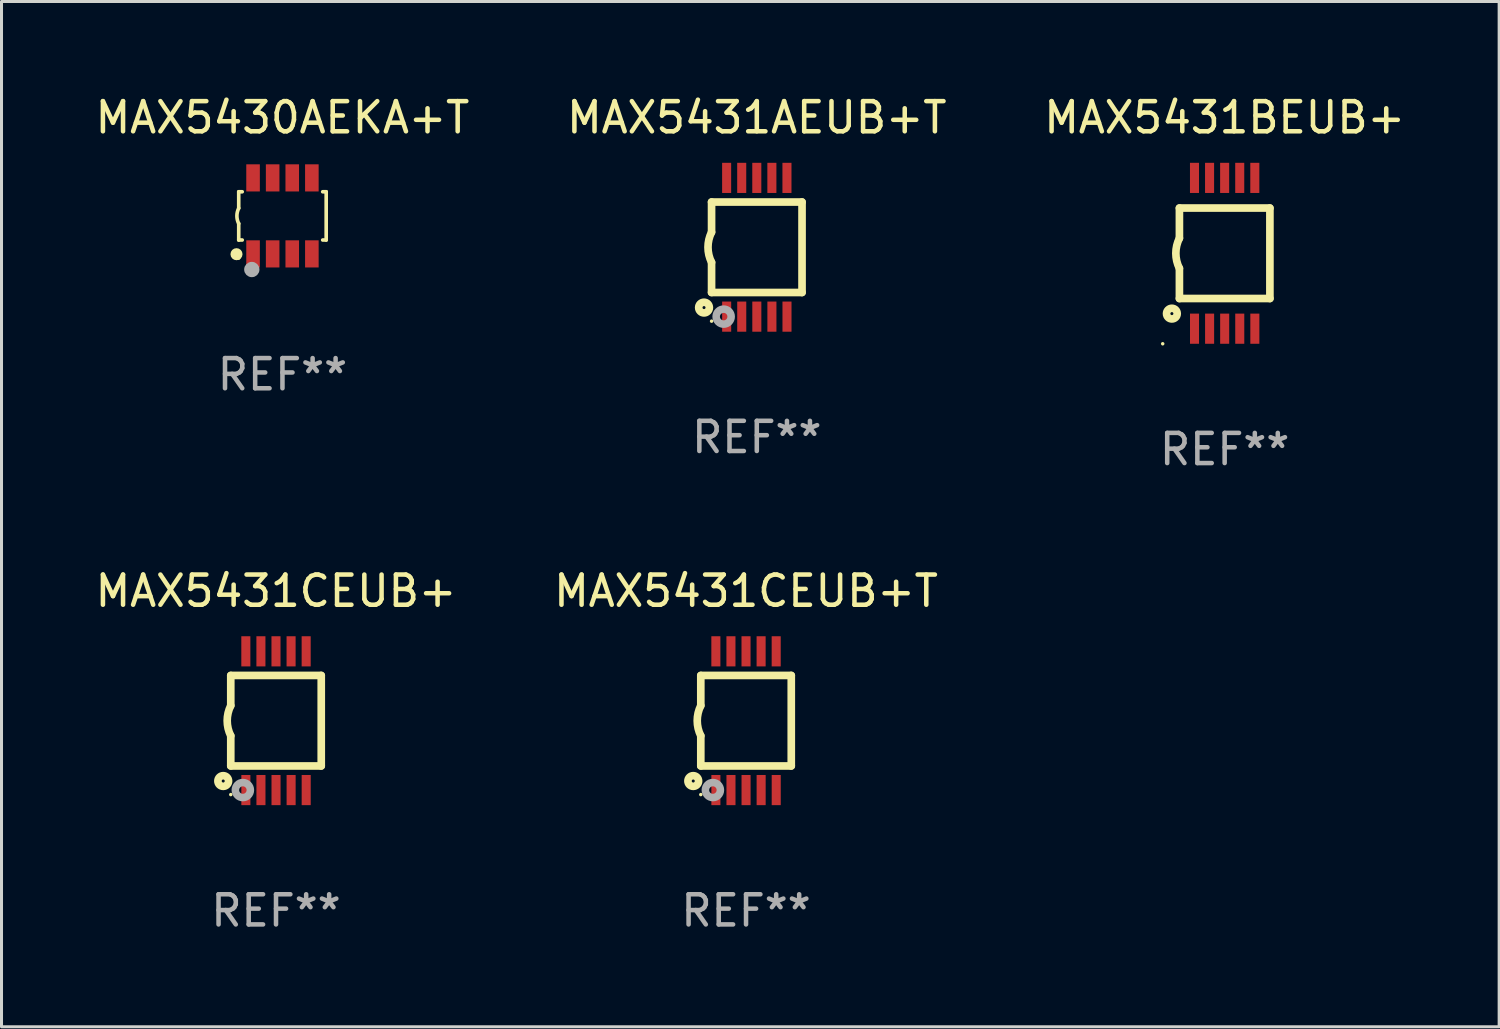
<source format=kicad_pcb>
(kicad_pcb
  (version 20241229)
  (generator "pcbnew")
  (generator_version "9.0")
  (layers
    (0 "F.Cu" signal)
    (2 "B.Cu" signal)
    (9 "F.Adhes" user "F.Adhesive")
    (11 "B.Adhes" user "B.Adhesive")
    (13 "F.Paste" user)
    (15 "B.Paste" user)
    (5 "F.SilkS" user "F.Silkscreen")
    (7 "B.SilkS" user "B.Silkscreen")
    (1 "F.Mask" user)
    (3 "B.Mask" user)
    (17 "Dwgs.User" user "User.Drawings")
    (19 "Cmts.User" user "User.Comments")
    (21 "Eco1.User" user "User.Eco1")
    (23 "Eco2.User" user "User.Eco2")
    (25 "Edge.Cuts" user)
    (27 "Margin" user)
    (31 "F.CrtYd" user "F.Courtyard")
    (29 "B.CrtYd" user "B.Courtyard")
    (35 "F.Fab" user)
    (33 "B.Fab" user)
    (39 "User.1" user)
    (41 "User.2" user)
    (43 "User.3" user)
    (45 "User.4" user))
  (footprint "MAX5431BEUB+"
    (layer "F.Cu")
    (at 37.554 5.348)
    (property "Reference" "MAX5431BEUB+" (at 0 -4.5 0) (layer "F.SilkS") (effects (font (size 1 1) (thickness 0.15))))
    (attr through_hole)
    (fp_line (start -1.5 -1.5) (end -1.5 -0.5) (stroke (width 0.254) (type solid)) (layer "F.SilkS"))
    (fp_line (start -1.5 1.5) (end -1.5 0.5) (stroke (width 0.254) (type solid)) (layer "F.SilkS"))
    (fp_line (start -1.5 1.5) (end 1.5 1.5) (stroke (width 0.254) (type solid)) (layer "F.SilkS"))
    (fp_line (start 1.5 1.5) (end 1.5 -1.5) (stroke (width 0.254) (type solid)) (layer "F.SilkS"))
    (fp_line (start 1.5 -1.5) (end -1.5 -1.5) (stroke (width 0.254) (type solid)) (layer "F.SilkS"))
    (fp_arc (start -1.500165 0.499873) (mid -1.618199 -0.000127) (end -1.500165 -0.500127) (stroke (width 0.254001) (type solid)) (layer "F.SilkS"))
    (fp_circle (center -2.054 3) (end -2.024 3) (stroke (width 0.06) (type solid)) (fill no) (layer "F.SilkS"))
    (fp_circle (center -1.75 2) (end -1.573 2) (stroke (width 0.254) (type solid)) (fill no) (layer "F.SilkS"))
    (fp_text user "REF**" (at 0 6.5 0) (layer "F.Fab") (effects (font (size 1 1) (thickness 0.15))))
    (pad "1" smd rect (at -0.999 2.5 180) (size 0.3 1) (layers "F.Cu" "F.Mask" "F.Paste"))
    (pad "2" smd rect (at -0.499 2.5 180) (size 0.3 1) (layers "F.Cu" "F.Mask" "F.Paste"))
    (pad "3" smd rect (at 0.001 2.5 180) (size 0.3 1) (layers "F.Cu" "F.Mask" "F.Paste"))
    (pad "4" smd rect (at 0.501 2.5 180) (size 0.3 1) (layers "F.Cu" "F.Mask" "F.Paste"))
    (pad "5" smd rect (at 1.001 2.5 180) (size 0.3 1) (layers "F.Cu" "F.Mask" "F.Paste"))
    (pad "6" smd rect (at 1 -2.5 180) (size 0.3 1) (layers "F.Cu" "F.Mask" "F.Paste"))
    (pad "7" smd rect (at 0.5 -2.5 180) (size 0.3 1) (layers "F.Cu" "F.Mask" "F.Paste"))
    (pad "8" smd rect (at -0.000165 -2.5 180) (size 0.3 1) (layers "F.Cu" "F.Mask" "F.Paste"))
    (pad "9" smd rect (at -0.5 -2.5 180) (size 0.3 1) (layers "F.Cu" "F.Mask" "F.Paste"))
    (pad "10" smd rect (at -1 -2.5 180) (size 0.3 1) (layers "F.Cu" "F.Mask" "F.Paste")))
  (footprint "MAX5431AEUB+T"
    (layer "F.Cu")
    (at 22.042 5.148)
    (property "Reference" "MAX5431AEUB+T" (at 0 -4.3 0) (layer "F.SilkS") (effects (font (size 1 1) (thickness 0.15))))
    (attr through_hole)
    (fp_line (start -1.5 -1.5) (end -1.5 -0.5) (stroke (width 0.254) (type solid)) (layer "F.SilkS"))
    (fp_line (start -1.5 1.5) (end -1.5 0.5) (stroke (width 0.254) (type solid)) (layer "F.SilkS"))
    (fp_line (start -1.5 1.5) (end 1.5 1.5) (stroke (width 0.254) (type solid)) (layer "F.SilkS"))
    (fp_line (start 1.5 1.5) (end 1.5 -1.5) (stroke (width 0.254) (type solid)) (layer "F.SilkS"))
    (fp_line (start 1.5 -1.5) (end -1.5 -1.5) (stroke (width 0.254) (type solid)) (layer "F.SilkS"))
    (fp_arc (start -1.500165 0.5) (mid -1.618199 0) (end -1.500165 -0.5) (stroke (width 0.254001) (type solid)) (layer "F.SilkS"))
    (fp_circle (center -1.75 2) (end -1.573 2) (stroke (width 0.254) (type solid)) (fill no) (layer "F.SilkS"))
    (fp_circle (center -1.499 2.45) (end -1.469 2.45) (stroke (width 0.06) (type solid)) (fill no) (layer "F.SilkS"))
    (fp_circle (center -1.099 2.3) (end -0.975 2.3) (stroke (width 0.25) (type solid)) (fill no) (layer "F.Fab"))
    (fp_text user "REF**" (at 0 6.3 0) (layer "F.Fab") (effects (font (size 1 1) (thickness 0.15))))
    (pad "1" smd rect (at -0.999 2.3 180) (size 0.3 1) (layers "F.Cu" "F.Mask" "F.Paste"))
    (pad "2" smd rect (at -0.499 2.3 180) (size 0.3 1) (layers "F.Cu" "F.Mask" "F.Paste"))
    (pad "3" smd rect (at 0.001 2.3 180) (size 0.3 1) (layers "F.Cu" "F.Mask" "F.Paste"))
    (pad "4" smd rect (at 0.501 2.3 180) (size 0.3 1) (layers "F.Cu" "F.Mask" "F.Paste"))
    (pad "5" smd rect (at 1.001 2.3 180) (size 0.3 1) (layers "F.Cu" "F.Mask" "F.Paste"))
    (pad "6" smd rect (at 1 -2.3 180) (size 0.3 1) (layers "F.Cu" "F.Mask" "F.Paste"))
    (pad "7" smd rect (at 0.5 -2.3 180) (size 0.3 1) (layers "F.Cu" "F.Mask" "F.Paste"))
    (pad "8" smd rect (at -0.000165 -2.3 180) (size 0.3 1) (layers "F.Cu" "F.Mask" "F.Paste"))
    (pad "9" smd rect (at -0.5 -2.3 180) (size 0.3 1) (layers "F.Cu" "F.Mask" "F.Paste"))
    (pad "10" smd rect (at -1 -2.3 180) (size 0.3 1) (layers "F.Cu" "F.Mask" "F.Paste")))
  (footprint "MAX5431CEUB+"
    (layer "F.Cu")
    (at 6.101 20.845)
    (property "Reference" "MAX5431CEUB+" (at 0 -4.3 0) (layer "F.SilkS") (effects (font (size 1 1) (thickness 0.15))))
    (attr through_hole)
    (fp_line (start -1.5 -1.5) (end -1.5 -0.5) (stroke (width 0.254) (type solid)) (layer "F.SilkS"))
    (fp_line (start -1.5 1.5) (end -1.5 0.5) (stroke (width 0.254) (type solid)) (layer "F.SilkS"))
    (fp_line (start -1.5 1.5) (end 1.5 1.5) (stroke (width 0.254) (type solid)) (layer "F.SilkS"))
    (fp_line (start 1.5 1.5) (end 1.5 -1.5) (stroke (width 0.254) (type solid)) (layer "F.SilkS"))
    (fp_line (start 1.5 -1.5) (end -1.5 -1.5) (stroke (width 0.254) (type solid)) (layer "F.SilkS"))
    (fp_arc (start -1.500165 0.5) (mid -1.618199 0) (end -1.500165 -0.5) (stroke (width 0.254001) (type solid)) (layer "F.SilkS"))
    (fp_circle (center -1.75 2) (end -1.573 2) (stroke (width 0.254) (type solid)) (fill no) (layer "F.SilkS"))
    (fp_circle (center -1.499 2.45) (end -1.469 2.45) (stroke (width 0.06) (type solid)) (fill no) (layer "F.SilkS"))
    (fp_circle (center -1.099 2.3) (end -0.975 2.3) (stroke (width 0.25) (type solid)) (fill no) (layer "F.Fab"))
    (fp_text user "REF**" (at 0 6.3 0) (layer "F.Fab") (effects (font (size 1 1) (thickness 0.15))))
    (pad "1" smd rect (at -0.999 2.3 180) (size 0.3 1) (layers "F.Cu" "F.Mask" "F.Paste"))
    (pad "2" smd rect (at -0.499 2.3 180) (size 0.3 1) (layers "F.Cu" "F.Mask" "F.Paste"))
    (pad "3" smd rect (at 0.001 2.3 180) (size 0.3 1) (layers "F.Cu" "F.Mask" "F.Paste"))
    (pad "4" smd rect (at 0.501 2.3 180) (size 0.3 1) (layers "F.Cu" "F.Mask" "F.Paste"))
    (pad "5" smd rect (at 1.001 2.3 180) (size 0.3 1) (layers "F.Cu" "F.Mask" "F.Paste"))
    (pad "6" smd rect (at 1 -2.3 180) (size 0.3 1) (layers "F.Cu" "F.Mask" "F.Paste"))
    (pad "7" smd rect (at 0.5 -2.3 180) (size 0.3 1) (layers "F.Cu" "F.Mask" "F.Paste"))
    (pad "8" smd rect (at -0.000165 -2.3 180) (size 0.3 1) (layers "F.Cu" "F.Mask" "F.Paste"))
    (pad "9" smd rect (at -0.5 -2.3 180) (size 0.3 1) (layers "F.Cu" "F.Mask" "F.Paste"))
    (pad "10" smd rect (at -1 -2.3 180) (size 0.3 1) (layers "F.Cu" "F.Mask" "F.Paste")))
  (footprint "MAX5430AEKA+T"
    (layer "F.Cu")
    (at 6.315 4.108)
    (property "Reference" "MAX5430AEKA+T" (at 0 -3.26 0) (layer "F.SilkS") (effects (font (size 1 1) (thickness 0.15))))
    (attr through_hole)
    (fp_line (start -1.45 -0.8) (end -1.45 -0.254) (stroke (width 0.12) (type solid)) (layer "F.SilkS"))
    (fp_line (start -1.45 -0.8) (end -1.334 -0.8) (stroke (width 0.12) (type solid)) (layer "F.SilkS"))
    (fp_line (start -1.45 0.8) (end -1.45 0.254) (stroke (width 0.12) (type solid)) (layer "F.SilkS"))
    (fp_line (start -1.45 0.8) (end -1.334 0.8) (stroke (width 0.12) (type solid)) (layer "F.SilkS"))
    (fp_line (start 1.334 -0.8) (end 1.45 -0.8) (stroke (width 0.12) (type solid)) (layer "F.SilkS"))
    (fp_line (start 1.334 0.8) (end 1.45 0.8) (stroke (width 0.12) (type solid)) (layer "F.SilkS"))
    (fp_line (start 1.45 0.8) (end 1.45 -0.8) (stroke (width 0.12) (type solid)) (layer "F.SilkS"))
    (fp_arc (start -1.45075 0.255144) (mid -1.510605 0.000434) (end -1.450013 -0.254102) (stroke (width 0.11999) (type solid)) (layer "F.SilkS"))
    (fp_circle (center -1.524 1.27) (end -1.424 1.27) (stroke (width 0.2) (type solid)) (fill no) (layer "F.SilkS"))
    (fp_circle (center -1.45 1.4) (end -1.42 1.4) (stroke (width 0.06) (type solid)) (fill no) (layer "F.SilkS"))
    (fp_circle (center -1.016 1.778) (end -0.889 1.778) (stroke (width 0.254) (type solid)) (fill no) (layer "F.Fab"))
    (fp_text user "REF**" (at 0 5.26 0) (layer "F.Fab") (effects (font (size 1 1) (thickness 0.15))))
    (pad "1" smd rect (at -0.975 1.26) (size 0.45 0.9) (layers "F.Cu" "F.Mask" "F.Paste"))
    (pad "2" smd rect (at -0.325 1.26) (size 0.45 0.9) (layers "F.Cu" "F.Mask" "F.Paste"))
    (pad "3" smd rect (at 0.325 1.26) (size 0.45 0.9) (layers "F.Cu" "F.Mask" "F.Paste"))
    (pad "4" smd rect (at 0.975 1.26) (size 0.45 0.9) (layers "F.Cu" "F.Mask" "F.Paste"))
    (pad "5" smd rect (at 0.975 -1.26) (size 0.45 0.9) (layers "F.Cu" "F.Mask" "F.Paste"))
    (pad "6" smd rect (at 0.325 -1.26) (size 0.45 0.9) (layers "F.Cu" "F.Mask" "F.Paste"))
    (pad "7" smd rect (at -0.325 -1.26) (size 0.45 0.9) (layers "F.Cu" "F.Mask" "F.Paste"))
    (pad "8" smd rect (at -0.975 -1.26) (size 0.45 0.9) (layers "F.Cu" "F.Mask" "F.Paste")))
  (footprint "MAX5431CEUB+T"
    (layer "F.Cu")
    (at 21.685 20.845)
    (property "Reference" "MAX5431CEUB+T" (at 0 -4.3 0) (layer "F.SilkS") (effects (font (size 1 1) (thickness 0.15))))
    (attr through_hole)
    (fp_line (start -1.5 -1.5) (end -1.5 -0.5) (stroke (width 0.254) (type solid)) (layer "F.SilkS"))
    (fp_line (start -1.5 1.5) (end -1.5 0.5) (stroke (width 0.254) (type solid)) (layer "F.SilkS"))
    (fp_line (start -1.5 1.5) (end 1.5 1.5) (stroke (width 0.254) (type solid)) (layer "F.SilkS"))
    (fp_line (start 1.5 1.5) (end 1.5 -1.5) (stroke (width 0.254) (type solid)) (layer "F.SilkS"))
    (fp_line (start 1.5 -1.5) (end -1.5 -1.5) (stroke (width 0.254) (type solid)) (layer "F.SilkS"))
    (fp_arc (start -1.500165 0.5) (mid -1.618199 0) (end -1.500165 -0.5) (stroke (width 0.254001) (type solid)) (layer "F.SilkS"))
    (fp_circle (center -1.75 2) (end -1.573 2) (stroke (width 0.254) (type solid)) (fill no) (layer "F.SilkS"))
    (fp_circle (center -1.499 2.45) (end -1.469 2.45) (stroke (width 0.06) (type solid)) (fill no) (layer "F.SilkS"))
    (fp_circle (center -1.099 2.3) (end -0.975 2.3) (stroke (width 0.25) (type solid)) (fill no) (layer "F.Fab"))
    (fp_text user "REF**" (at 0 6.3 0) (layer "F.Fab") (effects (font (size 1 1) (thickness 0.15))))
    (pad "1" smd rect (at -0.999 2.3 180) (size 0.3 1) (layers "F.Cu" "F.Mask" "F.Paste"))
    (pad "2" smd rect (at -0.499 2.3 180) (size 0.3 1) (layers "F.Cu" "F.Mask" "F.Paste"))
    (pad "3" smd rect (at 0.001 2.3 180) (size 0.3 1) (layers "F.Cu" "F.Mask" "F.Paste"))
    (pad "4" smd rect (at 0.501 2.3 180) (size 0.3 1) (layers "F.Cu" "F.Mask" "F.Paste"))
    (pad "5" smd rect (at 1.001 2.3 180) (size 0.3 1) (layers "F.Cu" "F.Mask" "F.Paste"))
    (pad "6" smd rect (at 1 -2.3 180) (size 0.3 1) (layers "F.Cu" "F.Mask" "F.Paste"))
    (pad "7" smd rect (at 0.5 -2.3 180) (size 0.3 1) (layers "F.Cu" "F.Mask" "F.Paste"))
    (pad "8" smd rect (at -0.000165 -2.3 180) (size 0.3 1) (layers "F.Cu" "F.Mask" "F.Paste"))
    (pad "9" smd rect (at -0.5 -2.3 180) (size 0.3 1) (layers "F.Cu" "F.Mask" "F.Paste"))
    (pad "10" smd rect (at -1 -2.3 180) (size 0.3 1) (layers "F.Cu" "F.Mask" "F.Paste")))
  (gr_rect
    (start -3 -3)
    (end 46.655 30.993)
    (stroke (width 0.1) (type default))
    (fill no)
    (layer "Edge.Cuts")))
</source>
